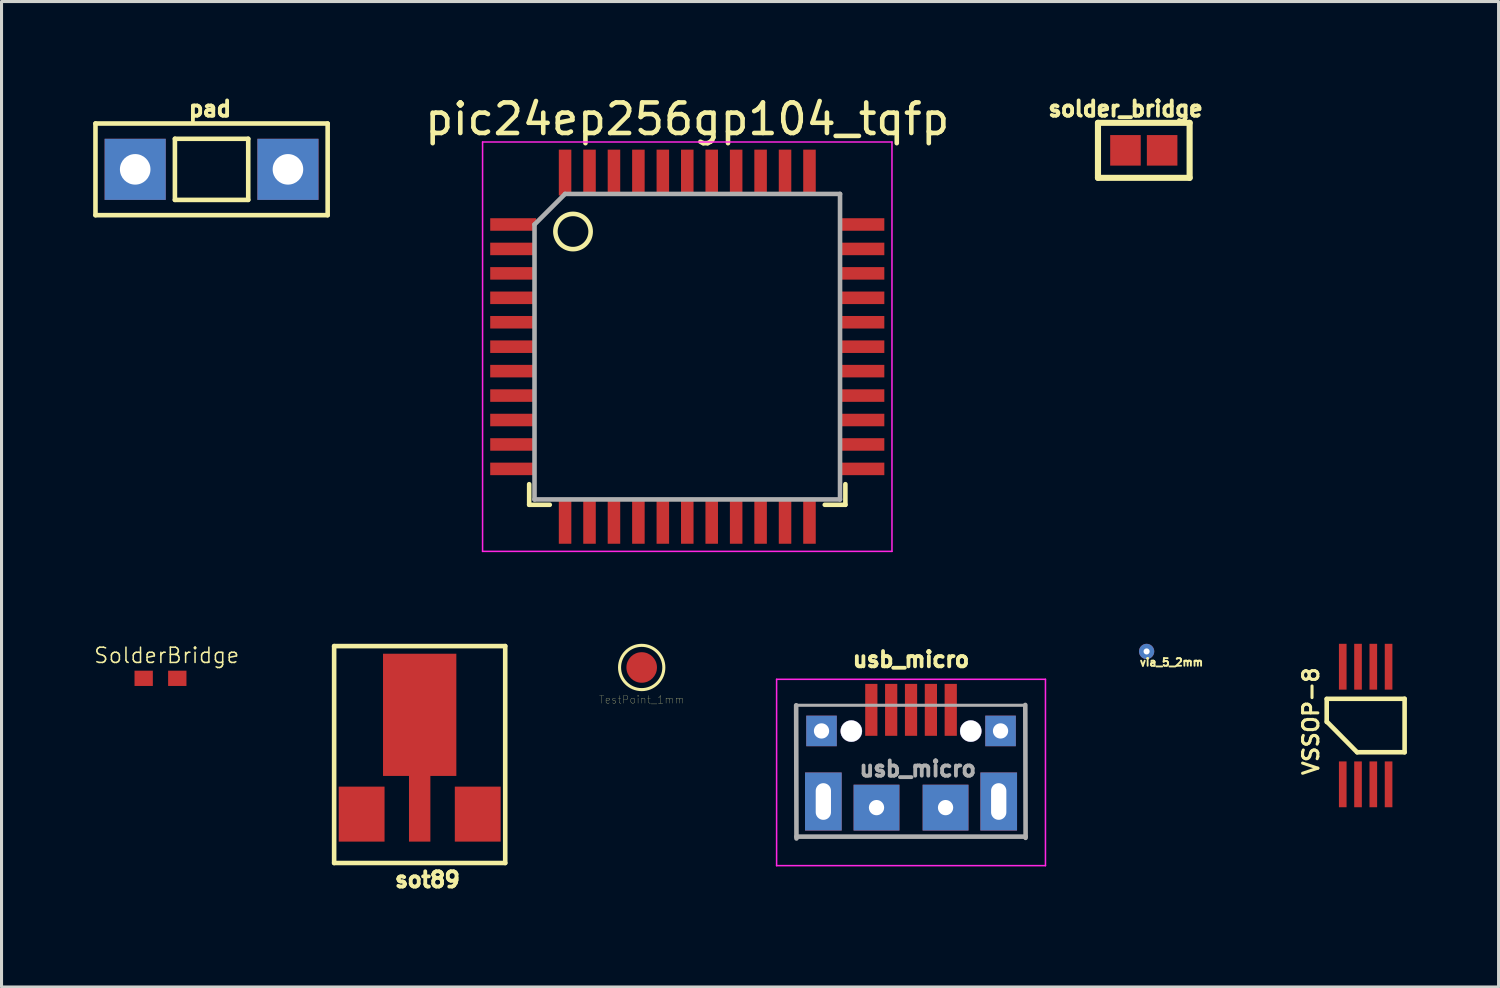
<source format=kicad_pcb>
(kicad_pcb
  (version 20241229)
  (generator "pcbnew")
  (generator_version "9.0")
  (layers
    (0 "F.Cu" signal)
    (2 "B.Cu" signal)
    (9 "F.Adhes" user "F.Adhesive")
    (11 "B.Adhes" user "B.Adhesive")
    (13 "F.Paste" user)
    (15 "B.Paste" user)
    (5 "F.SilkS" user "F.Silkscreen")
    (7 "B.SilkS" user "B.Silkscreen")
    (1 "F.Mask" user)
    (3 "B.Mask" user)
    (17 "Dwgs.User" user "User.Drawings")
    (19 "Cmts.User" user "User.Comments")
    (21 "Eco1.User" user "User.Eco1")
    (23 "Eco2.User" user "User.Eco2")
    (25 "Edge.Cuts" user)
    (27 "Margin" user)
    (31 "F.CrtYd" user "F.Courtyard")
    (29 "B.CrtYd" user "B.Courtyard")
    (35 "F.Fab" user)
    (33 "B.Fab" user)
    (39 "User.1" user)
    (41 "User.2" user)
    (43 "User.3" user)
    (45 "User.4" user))
  (footprint "VSSOP-8"
    (layer "F.Cu")
    (at 41.651 20.698)
    (property "Reference" "VSSOP-8" (at -1.791 -0.14 90) (layer "F.SilkS") (effects (font (size 0.5 0.5) (thickness 0.1))))
    (attr through_hole)
    (fp_line (start -1.275 -0.875) (end 1.275 -0.875) (stroke (width 0.15) (type solid)) (layer "F.SilkS"))
    (fp_line (start -1.275 -0.866) (end -1.275 -0.116) (stroke (width 0.15) (type solid)) (layer "F.SilkS"))
    (fp_line (start -1.27 -0.127) (end -0.279 0.876) (stroke (width 0.15) (type solid)) (layer "F.SilkS"))
    (fp_line (start 1.275 0.875) (end -0.275 0.875) (stroke (width 0.15) (type solid)) (layer "F.SilkS"))
    (fp_line (start 1.275 0.875) (end 1.275 -0.875) (stroke (width 0.15) (type solid)) (layer "F.SilkS"))
    (pad "1" smd rect (at -0.75 1.925) (size 0.25 1.5) (layers "F.Cu" "F.Mask" "F.Paste"))
    (pad "2" smd rect (at -0.25 1.925) (size 0.25 1.5) (layers "F.Cu" "F.Mask" "F.Paste"))
    (pad "3" smd rect (at 0.25 1.925) (size 0.25 1.5) (layers "F.Cu" "F.Mask" "F.Paste"))
    (pad "4" smd rect (at 0.75 1.925) (size 0.25 1.5) (layers "F.Cu" "F.Mask" "F.Paste"))
    (pad "5" smd rect (at 0.75 -1.925) (size 0.25 1.5) (layers "F.Cu" "F.Mask" "F.Paste"))
    (pad "6" smd rect (at 0.25 -1.925) (size 0.25 1.5) (layers "F.Cu" "F.Mask" "F.Paste"))
    (pad "7" smd rect (at -0.25 -1.925) (size 0.25 1.5) (layers "F.Cu" "F.Mask" "F.Paste"))
    (pad "8" smd rect (at -0.75 -1.925) (size 0.25 1.5) (layers "F.Cu" "F.Mask" "F.Paste")))
  (footprint "sot89"
    (layer "F.Cu")
    (at 10.687 23.598)
    (property "Reference" "sot89" (at 0.254 2.146 0) (layer "F.SilkS") (effects (font (size 0.5 0.5) (thickness 0.125))))
    (attr through_hole)
    (fp_line (start -2.8 -5.5) (end 2.8 -5.5) (stroke (width 0.15) (type solid)) (layer "F.SilkS"))
    (fp_line (start -2.8 1.6) (end -2.8 -5.5) (stroke (width 0.15) (type solid)) (layer "F.SilkS"))
    (fp_line (start -2.8 1.6) (end 2.8 1.6) (stroke (width 0.15) (type solid)) (layer "F.SilkS"))
    (fp_line (start 2.8 1.6) (end 2.8 -5.5) (stroke (width 0.15) (type solid)) (layer "F.SilkS"))
    (pad "1" smd rect (at 1.9 0) (size 1.5 1.8) (layers "F.Cu" "F.Mask" "F.Paste"))
    (pad "2" smd rect (at 0 -3.25) (size 2.4 4) (layers "F.Cu" "F.Mask" "F.Paste"))
    (pad "2" smd rect (at 0 -0.35) (size 0.7 2.5) (layers "F.Cu" "F.Mask" "F.Paste"))
    (pad "3" smd rect (at -1.9 0) (size 1.5 1.8) (layers "F.Cu" "F.Mask" "F.Paste")))
  (footprint "usb_micro"
    (layer "F.Cu")
    (at 26.77 22.535)
    (property "Reference" "usb_micro" (at 0 -4 0) (layer "F.SilkS") (effects (font (size 0.5 0.5) (thickness 0.125))))
    (attr smd)
    (fp_line (start -4.4 -3.35) (end 4.4 -3.35) (stroke (width 0.05) (type solid)) (layer "F.CrtYd"))
    (fp_line (start -4.4 2.75) (end -4.4 -3.35) (stroke (width 0.05) (type solid)) (layer "F.CrtYd"))
    (fp_line (start -4.4 2.75) (end 4.4 2.75) (stroke (width 0.05) (type solid)) (layer "F.CrtYd"))
    (fp_line (start 4.4 -3.35) (end 4.4 2.75) (stroke (width 0.05) (type solid)) (layer "F.CrtYd"))
    (fp_line (start -3.76 -2.5) (end -3.75 1.86) (stroke (width 0.15) (type solid)) (layer "F.Fab"))
    (fp_line (start -3.75 -2.5) (end 3.75 -2.5) (stroke (width 0.1) (type solid)) (layer "F.Fab"))
    (fp_line (start 3.74 -2.51) (end 3.75 1.84) (stroke (width 0.15) (type solid)) (layer "F.Fab"))
    (fp_line (start 3.75 1.8) (end -3.75 1.8) (stroke (width 0.15) (type solid)) (layer "F.Fab"))
    (fp_text user "${REFERENCE}" (at 0.22 -0.42 0) (layer "F.Fab") (effects (font (size 0.5 0.5) (thickness 0.125))))
    (pad "1" smd rect (at -1.3 -2.35) (size 0.4 1.7) (layers "F.Cu" "F.Mask" "F.Paste"))
    (pad "2" smd rect (at -0.65 -2.35) (size 0.4 1.7) (layers "F.Cu" "F.Mask" "F.Paste"))
    (pad "3" smd rect (at 0 -2.35) (size 0.4 1.7) (layers "F.Cu" "F.Mask" "F.Paste"))
    (pad "4" smd rect (at 0.65 -2.35) (size 0.4 1.7) (layers "F.Cu" "F.Mask" "F.Paste"))
    (pad "5" smd rect (at 1.3 -2.35) (size 0.4 1.7) (layers "F.Cu" "F.Mask" "F.Paste"))
    (pad "6" thru_hole rect (at -2.93 -1.66) (size 1 1) (drill 0.5) (layers "*.Cu" "*.Mask"))
    (pad "6" thru_hole rect (at -2.87 0.65) (size 1.2 1.9) (drill oval 0.5 1.2) (layers "*.Cu" "*.Mask"))
    (pad "6" thru_hole circle (at -1.955 -1.655) (size 0.71 0.71) (drill 0.7) (layers "*.Cu" "*.Mask"))
    (pad "6" thru_hole rect (at -1.13 0.85) (size 1.5 1.5) (drill 0.5) (layers "*.Cu" "*.Mask"))
    (pad "6" thru_hole rect (at 1.13 0.85) (size 1.5 1.5) (drill 0.5) (layers "*.Cu" "*.Mask"))
    (pad "6" thru_hole circle (at 1.955 -1.655) (size 0.71 0.71) (drill 0.7) (layers "*.Cu" "*.Mask"))
    (pad "6" thru_hole rect (at 2.87 0.65) (size 1.2 1.9) (drill oval 0.5 1.2) (layers "*.Cu" "*.Mask"))
    (pad "6" thru_hole rect (at 2.93 -1.66) (size 1 1) (drill 0.5) (layers "*.Cu" "*.Mask")))
  (footprint "pic24ep256gp104_tqfp"
    (layer "F.Cu")
    (at 19.446 8.298)
    (property "Reference" "pic24ep256gp104_tqfp" (at 0 -7.45 0) (layer "F.SilkS") (effects (font (size 1 1) (thickness 0.15))))
    (attr smd)
    (fp_line (start -5.175 5.175) (end -5.175 4.5) (stroke (width 0.15) (type solid)) (layer "F.SilkS"))
    (fp_line (start -5.175 5.175) (end -4.5 5.175) (stroke (width 0.15) (type solid)) (layer "F.SilkS"))
    (fp_line (start 5.175 5.175) (end 4.5 5.175) (stroke (width 0.15) (type solid)) (layer "F.SilkS"))
    (fp_line (start 5.175 5.175) (end 5.175 4.5) (stroke (width 0.15) (type solid)) (layer "F.SilkS"))
    (fp_circle (center -3.74 -3.77) (end -3.18 -3.91) (stroke (width 0.15) (type solid)) (fill no) (layer "F.SilkS"))
    (fp_line (start -6.7 -6.7) (end -6.7 6.7) (stroke (width 0.05) (type solid)) (layer "F.CrtYd"))
    (fp_line (start -6.7 -6.7) (end 6.7 -6.7) (stroke (width 0.05) (type solid)) (layer "F.CrtYd"))
    (fp_line (start -6.7 6.7) (end 6.7 6.7) (stroke (width 0.05) (type solid)) (layer "F.CrtYd"))
    (fp_line (start 6.7 -6.7) (end 6.7 6.7) (stroke (width 0.05) (type solid)) (layer "F.CrtYd"))
    (fp_line (start -5 -4) (end -4 -5) (stroke (width 0.15) (type solid)) (layer "F.Fab"))
    (fp_line (start -5 5) (end -5 -4) (stroke (width 0.15) (type solid)) (layer "F.Fab"))
    (fp_line (start -4 -5) (end 5 -5) (stroke (width 0.15) (type solid)) (layer "F.Fab"))
    (fp_line (start 5 -5) (end 5 5) (stroke (width 0.15) (type solid)) (layer "F.Fab"))
    (fp_line (start 5 5) (end -5 5) (stroke (width 0.15) (type solid)) (layer "F.Fab"))
    (pad "1" smd rect (at -5.7 -4) (size 1.5 0.41) (layers "F.Cu" "F.Mask" "F.Paste"))
    (pad "2" smd rect (at -5.7 -3.2) (size 1.5 0.41) (layers "F.Cu" "F.Mask" "F.Paste"))
    (pad "3" smd rect (at -5.7 -2.4) (size 1.5 0.41) (layers "F.Cu" "F.Mask" "F.Paste"))
    (pad "4" smd rect (at -5.7 -1.6) (size 1.5 0.41) (layers "F.Cu" "F.Mask" "F.Paste"))
    (pad "5" smd rect (at -5.7 -0.8) (size 1.5 0.41) (layers "F.Cu" "F.Mask" "F.Paste"))
    (pad "6" smd rect (at -5.7 0) (size 1.5 0.41) (layers "F.Cu" "F.Mask" "F.Paste"))
    (pad "7" smd rect (at -5.7 0.8) (size 1.5 0.41) (layers "F.Cu" "F.Mask" "F.Paste"))
    (pad "8" smd rect (at -5.7 1.6) (size 1.5 0.41) (layers "F.Cu" "F.Mask" "F.Paste"))
    (pad "9" smd rect (at -5.7 2.4) (size 1.5 0.41) (layers "F.Cu" "F.Mask" "F.Paste"))
    (pad "10" smd rect (at -5.7 3.2) (size 1.5 0.41) (layers "F.Cu" "F.Mask" "F.Paste"))
    (pad "11" smd rect (at -5.7 4) (size 1.5 0.41) (layers "F.Cu" "F.Mask" "F.Paste"))
    (pad "12" smd rect (at -4 5.7 90) (size 1.5 0.41) (layers "F.Cu" "F.Mask" "F.Paste"))
    (pad "13" smd rect (at -3.2 5.7 90) (size 1.5 0.41) (layers "F.Cu" "F.Mask" "F.Paste"))
    (pad "14" smd rect (at -2.4 5.7 90) (size 1.5 0.41) (layers "F.Cu" "F.Mask" "F.Paste"))
    (pad "15" smd rect (at -1.6 5.7 90) (size 1.5 0.41) (layers "F.Cu" "F.Mask" "F.Paste"))
    (pad "16" smd rect (at -0.8 5.7 90) (size 1.5 0.41) (layers "F.Cu" "F.Mask" "F.Paste"))
    (pad "17" smd rect (at 0 5.7 90) (size 1.5 0.41) (layers "F.Cu" "F.Mask" "F.Paste"))
    (pad "18" smd rect (at 0.8 5.7 90) (size 1.5 0.41) (layers "F.Cu" "F.Mask" "F.Paste"))
    (pad "19" smd rect (at 1.6 5.7 90) (size 1.5 0.41) (layers "F.Cu" "F.Mask" "F.Paste"))
    (pad "20" smd rect (at 2.4 5.7 90) (size 1.5 0.41) (layers "F.Cu" "F.Mask" "F.Paste"))
    (pad "21" smd rect (at 3.2 5.7 90) (size 1.5 0.41) (layers "F.Cu" "F.Mask" "F.Paste"))
    (pad "22" smd rect (at 4 5.7 90) (size 1.5 0.41) (layers "F.Cu" "F.Mask" "F.Paste"))
    (pad "23" smd rect (at 5.7 4) (size 1.5 0.41) (layers "F.Cu" "F.Mask" "F.Paste"))
    (pad "24" smd rect (at 5.7 3.2) (size 1.5 0.41) (layers "F.Cu" "F.Mask" "F.Paste"))
    (pad "25" smd rect (at 5.7 2.4) (size 1.5 0.41) (layers "F.Cu" "F.Mask" "F.Paste"))
    (pad "26" smd rect (at 5.7 1.6) (size 1.5 0.41) (layers "F.Cu" "F.Mask" "F.Paste"))
    (pad "27" smd rect (at 5.7 0.8) (size 1.5 0.41) (layers "F.Cu" "F.Mask" "F.Paste"))
    (pad "28" smd rect (at 5.7 0) (size 1.5 0.41) (layers "F.Cu" "F.Mask" "F.Paste"))
    (pad "29" smd rect (at 5.7 -0.8) (size 1.5 0.41) (layers "F.Cu" "F.Mask" "F.Paste"))
    (pad "30" smd rect (at 5.7 -1.6) (size 1.5 0.41) (layers "F.Cu" "F.Mask" "F.Paste"))
    (pad "31" smd rect (at 5.7 -2.4) (size 1.5 0.41) (layers "F.Cu" "F.Mask" "F.Paste"))
    (pad "32" smd rect (at 5.7 -3.2) (size 1.5 0.41) (layers "F.Cu" "F.Mask" "F.Paste"))
    (pad "33" smd rect (at 5.7 -4) (size 1.5 0.41) (layers "F.Cu" "F.Mask" "F.Paste"))
    (pad "34" smd rect (at 4 -5.7 90) (size 1.5 0.41) (layers "F.Cu" "F.Mask" "F.Paste"))
    (pad "35" smd rect (at 3.2 -5.7 90) (size 1.5 0.41) (layers "F.Cu" "F.Mask" "F.Paste"))
    (pad "36" smd rect (at 2.4 -5.7 90) (size 1.5 0.41) (layers "F.Cu" "F.Mask" "F.Paste"))
    (pad "37" smd rect (at 1.6 -5.7 90) (size 1.5 0.41) (layers "F.Cu" "F.Mask" "F.Paste"))
    (pad "38" smd rect (at 0.8 -5.7 90) (size 1.5 0.41) (layers "F.Cu" "F.Mask" "F.Paste"))
    (pad "39" smd rect (at 0 -5.7 90) (size 1.5 0.41) (layers "F.Cu" "F.Mask" "F.Paste"))
    (pad "40" smd rect (at -0.8 -5.7 90) (size 1.5 0.41) (layers "F.Cu" "F.Mask" "F.Paste"))
    (pad "41" smd rect (at -1.6 -5.7 90) (size 1.5 0.41) (layers "F.Cu" "F.Mask" "F.Paste"))
    (pad "42" smd rect (at -2.4 -5.7 90) (size 1.5 0.41) (layers "F.Cu" "F.Mask" "F.Paste"))
    (pad "43" smd rect (at -3.2 -5.7 90) (size 1.5 0.41) (layers "F.Cu" "F.Mask" "F.Paste"))
    (pad "44" smd rect (at -4 -5.7 90) (size 1.5 0.41) (layers "F.Cu" "F.Mask" "F.Paste")))
  (footprint "pad"
    (layer "F.Cu")
    (at 3.875 2.493)
    (property "Reference" "pad" (at -0.051 -1.981 180) (layer "F.SilkS") (effects (font (size 0.5 0.5) (thickness 0.125))))
    (attr through_hole)
    (fp_line (start -3.8 -1.5) (end -3.8 1.5) (stroke (width 0.15) (type solid)) (layer "F.SilkS"))
    (fp_line (start -3.8 -1.5) (end 3.8 -1.5) (stroke (width 0.15) (type solid)) (layer "F.SilkS"))
    (fp_line (start -3.8 1.5) (end 3.8 1.5) (stroke (width 0.15) (type solid)) (layer "F.SilkS"))
    (fp_line (start -1.2 -1) (end -1.2 1) (stroke (width 0.15) (type solid)) (layer "F.SilkS"))
    (fp_line (start -1.2 1) (end 1.2 1) (stroke (width 0.15) (type solid)) (layer "F.SilkS"))
    (fp_line (start 1.2 -1) (end -1.2 -1) (stroke (width 0.15) (type solid)) (layer "F.SilkS"))
    (fp_line (start 1.2 1) (end 1.2 -1) (stroke (width 0.15) (type solid)) (layer "F.SilkS"))
    (fp_line (start 3.8 -1.5) (end 3.8 1.5) (stroke (width 0.15) (type solid)) (layer "F.SilkS"))
    (pad "1" thru_hole rect (at -2.5 0) (size 2 2) (drill 1) (layers "*.Cu" "*.Mask"))
    (pad "2" thru_hole rect (at 2.5 0) (size 2 2) (drill 1) (layers "*.Cu" "*.Mask")))
  (footprint "via_5_2mm"
    (layer "F.Cu")
    (at 34.481 18.273)
    (property "Reference" "via_5_2mm" (at 0.813 0.356 0) (layer "F.SilkS") (effects (font (size 0.25 0.25) (thickness 0.062))))
    (attr through_hole)
    (pad "1" thru_hole circle (at 0 0) (size 0.5 0.5) (drill 0.2) (layers "*.Cu" "*.Mask")))
  (footprint "SolderBridge"
    (layer "F.Cu")
    (at 2.203 19.153)
    (property "Reference" "SolderBridge" (at 0.203 -0.749 0) (layer "F.SilkS") (effects (font (size 0.5 0.5) (thickness 0.05))))
    (attr smd)
    (pad "1" smd rect (at -0.55 0) (size 0.6 0.5) (layers "F.Cu" "F.Mask" "F.Paste"))
    (pad "2" smd rect (at 0.55 0) (size 0.6 0.5) (layers "F.Cu" "F.Mask" "F.Paste")))
  (footprint "solder_bridge"
    (layer "F.Cu")
    (at 34.389 1.871)
    (property "Reference" "solder_bridge" (at -0.597 -1.359 0) (layer "F.SilkS") (effects (font (size 0.5 0.5) (thickness 0.125))))
    (attr through_hole)
    (fp_line (start -1.5 -0.9) (end -1.5 0.9) (stroke (width 0.2) (type solid)) (layer "F.SilkS"))
    (fp_line (start -1.5 0.9) (end 1.5 0.9) (stroke (width 0.2) (type solid)) (layer "F.SilkS"))
    (fp_line (start 1.5 -0.9) (end -1.5 -0.9) (stroke (width 0.2) (type solid)) (layer "F.SilkS"))
    (fp_line (start 1.5 0.9) (end 1.5 -0.9) (stroke (width 0.2) (type solid)) (layer "F.SilkS"))
    (pad "1" smd rect (at -0.6 0) (size 1 1) (layers "F.Cu" "F.Mask" "F.Paste"))
    (pad "2" smd rect (at 0.6 0) (size 1 1) (layers "F.Cu" "F.Mask" "F.Paste")))
  (footprint "TestPoint_1mm"
    (layer "F.Cu")
    (at 17.954 18.798)
    (property "Reference" "TestPoint_1mm" (at 0 1.054 0) (layer "F.SilkS") (effects (font (size 0.25 0.25) (thickness 0.008))))
    (attr through_hole)
    (fp_circle (center 0 0) (end -0.14 -0.711) (stroke (width 0.1) (type solid)) (fill no) (layer "F.SilkS"))
    (pad "1" smd circle (at 0 0) (size 1 1) (layers "F.Cu" "F.Mask" "F.Paste")))
  (gr_rect
    (start -3 -3)
    (end 46.001 29.256)
    (stroke (width 0.1) (type default))
    (fill no)
    (layer "Edge.Cuts")))
</source>
